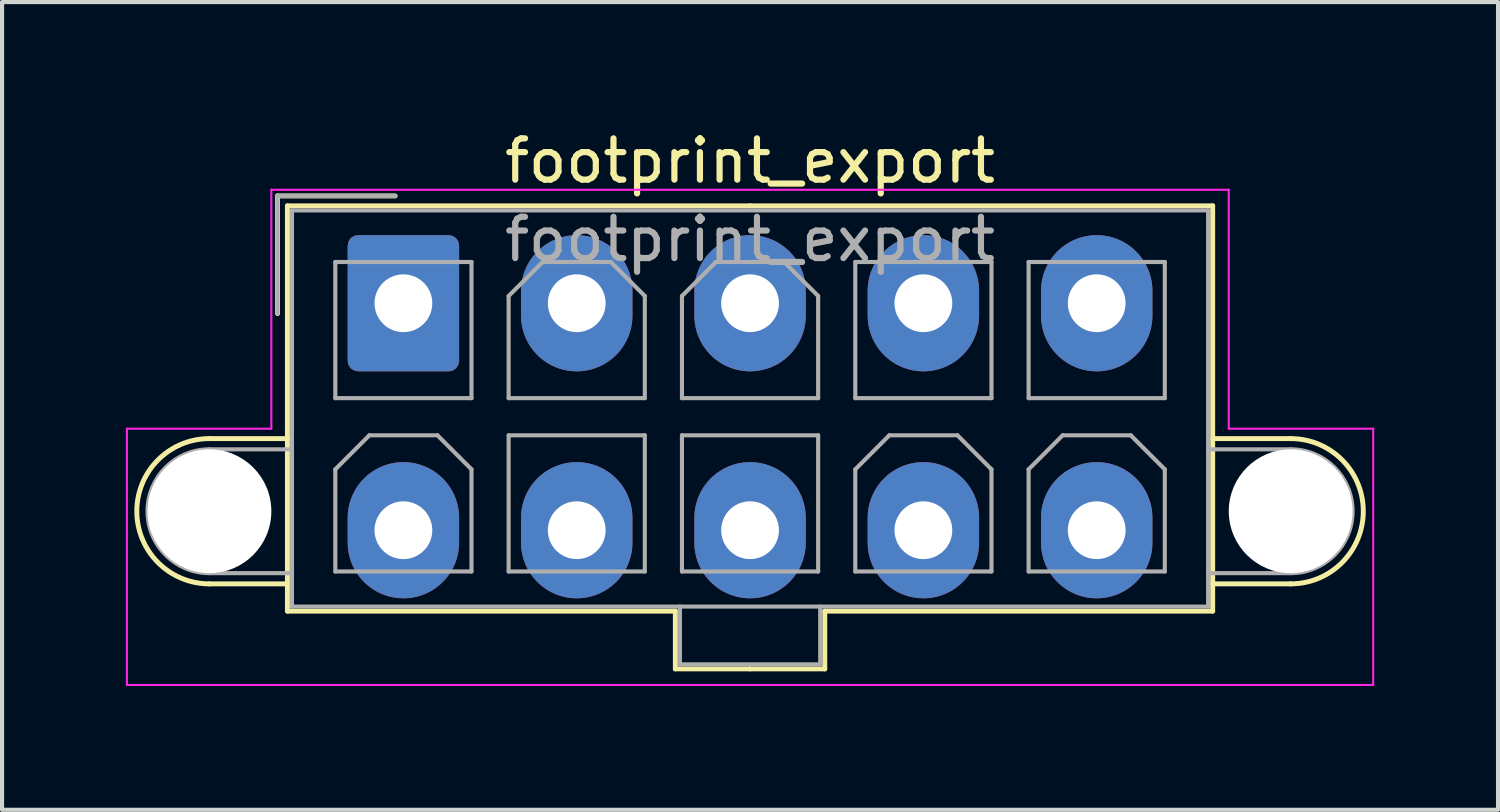
<source format=kicad_pcb>
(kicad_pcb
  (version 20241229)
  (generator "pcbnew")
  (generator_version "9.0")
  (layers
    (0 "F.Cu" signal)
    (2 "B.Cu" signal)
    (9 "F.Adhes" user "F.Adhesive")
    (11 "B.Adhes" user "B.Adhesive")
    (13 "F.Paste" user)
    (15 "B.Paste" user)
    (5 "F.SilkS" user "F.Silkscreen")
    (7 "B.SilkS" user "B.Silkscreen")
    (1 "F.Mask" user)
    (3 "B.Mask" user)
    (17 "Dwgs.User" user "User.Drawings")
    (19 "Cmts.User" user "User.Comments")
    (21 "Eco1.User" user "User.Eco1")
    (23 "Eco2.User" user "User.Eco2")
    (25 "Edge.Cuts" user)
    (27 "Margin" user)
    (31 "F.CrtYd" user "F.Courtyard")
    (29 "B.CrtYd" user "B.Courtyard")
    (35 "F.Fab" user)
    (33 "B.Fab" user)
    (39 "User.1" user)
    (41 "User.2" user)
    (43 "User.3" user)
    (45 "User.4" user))
  (footprint "footprint_export"
    (layer "F.Cu")
    (at 6.725 4.298)
    (property "Reference" "footprint_export" (at 8.4 -3.45 0) (layer "F.SilkS") (effects (font (size 1 1) (thickness 0.15))))
    (attr through_hole)
    (fp_line (start -4.7 3.28) (end -2.81 3.28) (stroke (width 0.12) (type solid)) (layer "F.SilkS"))
    (fp_line (start -4.7 6.8) (end -2.81 6.8) (stroke (width 0.12) (type solid)) (layer "F.SilkS"))
    (fp_line (start -3.05 -2.6) (end -3.05 0.25) (stroke (width 0.12) (type solid)) (layer "F.SilkS"))
    (fp_line (start -2.81 -2.36) (end -2.81 7.46) (stroke (width 0.12) (type solid)) (layer "F.SilkS"))
    (fp_line (start -2.81 7.46) (end 6.59 7.46) (stroke (width 0.12) (type solid)) (layer "F.SilkS"))
    (fp_line (start -0.2 -2.6) (end -3.05 -2.6) (stroke (width 0.12) (type solid)) (layer "F.SilkS"))
    (fp_line (start 6.59 7.46) (end 6.59 8.86) (stroke (width 0.12) (type solid)) (layer "F.SilkS"))
    (fp_line (start 6.59 8.86) (end 8.4 8.86) (stroke (width 0.12) (type solid)) (layer "F.SilkS"))
    (fp_line (start 8.4 -2.36) (end -2.81 -2.36) (stroke (width 0.12) (type solid)) (layer "F.SilkS"))
    (fp_line (start 8.4 -2.36) (end 19.61 -2.36) (stroke (width 0.12) (type solid)) (layer "F.SilkS"))
    (fp_line (start 10.21 7.46) (end 10.21 8.86) (stroke (width 0.12) (type solid)) (layer "F.SilkS"))
    (fp_line (start 10.21 8.86) (end 8.4 8.86) (stroke (width 0.12) (type solid)) (layer "F.SilkS"))
    (fp_line (start 19.61 -2.36) (end 19.61 7.46) (stroke (width 0.12) (type solid)) (layer "F.SilkS"))
    (fp_line (start 19.61 7.46) (end 10.21 7.46) (stroke (width 0.12) (type solid)) (layer "F.SilkS"))
    (fp_line (start 21.5 3.28) (end 19.61 3.28) (stroke (width 0.12) (type solid)) (layer "F.SilkS"))
    (fp_line (start 21.5 6.8) (end 19.61 6.8) (stroke (width 0.12) (type solid)) (layer "F.SilkS"))
    (fp_arc (start -4.7 6.8) (mid -6.46 5.04) (end -4.7 3.28) (stroke (width 0.12) (type solid)) (layer "F.SilkS"))
    (fp_arc (start 21.5 3.28) (mid 23.26 5.04) (end 21.5 6.8) (stroke (width 0.12) (type solid)) (layer "F.SilkS"))
    (fp_line (start -6.7 3.04) (end -6.7 9.25) (stroke (width 0.05) (type solid)) (layer "F.CrtYd"))
    (fp_line (start -6.7 9.25) (end 23.5 9.25) (stroke (width 0.05) (type solid)) (layer "F.CrtYd"))
    (fp_line (start -3.2 -2.75) (end -3.2 3.04) (stroke (width 0.05) (type solid)) (layer "F.CrtYd"))
    (fp_line (start -3.2 3.04) (end -6.7 3.04) (stroke (width 0.05) (type solid)) (layer "F.CrtYd"))
    (fp_line (start 20 -2.75) (end -3.2 -2.75) (stroke (width 0.05) (type solid)) (layer "F.CrtYd"))
    (fp_line (start 20 3.04) (end 20 -2.75) (stroke (width 0.05) (type solid)) (layer "F.CrtYd"))
    (fp_line (start 23.5 3.04) (end 20 3.04) (stroke (width 0.05) (type solid)) (layer "F.CrtYd"))
    (fp_line (start 23.5 9.25) (end 23.5 3.04) (stroke (width 0.05) (type solid)) (layer "F.CrtYd"))
    (fp_line (start -4.7 3.54) (end -2.7 3.54) (stroke (width 0.1) (type solid)) (layer "F.Fab"))
    (fp_line (start -4.7 6.54) (end -2.7 6.54) (stroke (width 0.1) (type solid)) (layer "F.Fab"))
    (fp_line (start -3.05 -2.6) (end -3.05 0.25) (stroke (width 0.1) (type solid)) (layer "F.Fab"))
    (fp_line (start -2.7 -2.25) (end -2.7 7.35) (stroke (width 0.1) (type solid)) (layer "F.Fab"))
    (fp_line (start -2.7 7.35) (end 19.5 7.35) (stroke (width 0.1) (type solid)) (layer "F.Fab"))
    (fp_line (start -1.65 -1) (end -1.65 2.3) (stroke (width 0.1) (type solid)) (layer "F.Fab"))
    (fp_line (start -1.65 2.3) (end 1.65 2.3) (stroke (width 0.1) (type solid)) (layer "F.Fab"))
    (fp_line (start -1.65 4.025) (end -0.825 3.2) (stroke (width 0.1) (type solid)) (layer "F.Fab"))
    (fp_line (start -1.65 6.5) (end -1.65 4.025) (stroke (width 0.1) (type solid)) (layer "F.Fab"))
    (fp_line (start -0.825 3.2) (end 0.825 3.2) (stroke (width 0.1) (type solid)) (layer "F.Fab"))
    (fp_line (start -0.2 -2.6) (end -3.05 -2.6) (stroke (width 0.1) (type solid)) (layer "F.Fab"))
    (fp_line (start 0.825 3.2) (end 1.65 4.025) (stroke (width 0.1) (type solid)) (layer "F.Fab"))
    (fp_line (start 1.65 -1) (end -1.65 -1) (stroke (width 0.1) (type solid)) (layer "F.Fab"))
    (fp_line (start 1.65 2.3) (end 1.65 -1) (stroke (width 0.1) (type solid)) (layer "F.Fab"))
    (fp_line (start 1.65 4.025) (end 1.65 6.5) (stroke (width 0.1) (type solid)) (layer "F.Fab"))
    (fp_line (start 1.65 6.5) (end -1.65 6.5) (stroke (width 0.1) (type solid)) (layer "F.Fab"))
    (fp_line (start 2.55 -0.175) (end 3.375 -1) (stroke (width 0.1) (type solid)) (layer "F.Fab"))
    (fp_line (start 2.55 2.3) (end 2.55 -0.175) (stroke (width 0.1) (type solid)) (layer "F.Fab"))
    (fp_line (start 2.55 3.2) (end 2.55 6.5) (stroke (width 0.1) (type solid)) (layer "F.Fab"))
    (fp_line (start 2.55 6.5) (end 5.85 6.5) (stroke (width 0.1) (type solid)) (layer "F.Fab"))
    (fp_line (start 3.375 -1) (end 5.025 -1) (stroke (width 0.1) (type solid)) (layer "F.Fab"))
    (fp_line (start 5.025 -1) (end 5.85 -0.175) (stroke (width 0.1) (type solid)) (layer "F.Fab"))
    (fp_line (start 5.85 -0.175) (end 5.85 2.3) (stroke (width 0.1) (type solid)) (layer "F.Fab"))
    (fp_line (start 5.85 2.3) (end 2.55 2.3) (stroke (width 0.1) (type solid)) (layer "F.Fab"))
    (fp_line (start 5.85 3.2) (end 2.55 3.2) (stroke (width 0.1) (type solid)) (layer "F.Fab"))
    (fp_line (start 5.85 6.5) (end 5.85 3.2) (stroke (width 0.1) (type solid)) (layer "F.Fab"))
    (fp_line (start 6.7 7.35) (end 6.7 8.75) (stroke (width 0.1) (type solid)) (layer "F.Fab"))
    (fp_line (start 6.7 8.75) (end 10.1 8.75) (stroke (width 0.1) (type solid)) (layer "F.Fab"))
    (fp_line (start 6.75 -0.175) (end 7.575 -1) (stroke (width 0.1) (type solid)) (layer "F.Fab"))
    (fp_line (start 6.75 2.3) (end 6.75 -0.175) (stroke (width 0.1) (type solid)) (layer "F.Fab"))
    (fp_line (start 6.75 3.2) (end 6.75 6.5) (stroke (width 0.1) (type solid)) (layer "F.Fab"))
    (fp_line (start 6.75 6.5) (end 10.05 6.5) (stroke (width 0.1) (type solid)) (layer "F.Fab"))
    (fp_line (start 7.575 -1) (end 9.225 -1) (stroke (width 0.1) (type solid)) (layer "F.Fab"))
    (fp_line (start 9.225 -1) (end 10.05 -0.175) (stroke (width 0.1) (type solid)) (layer "F.Fab"))
    (fp_line (start 10.05 -0.175) (end 10.05 2.3) (stroke (width 0.1) (type solid)) (layer "F.Fab"))
    (fp_line (start 10.05 2.3) (end 6.75 2.3) (stroke (width 0.1) (type solid)) (layer "F.Fab"))
    (fp_line (start 10.05 3.2) (end 6.75 3.2) (stroke (width 0.1) (type solid)) (layer "F.Fab"))
    (fp_line (start 10.05 6.5) (end 10.05 3.2) (stroke (width 0.1) (type solid)) (layer "F.Fab"))
    (fp_line (start 10.1 8.75) (end 10.1 7.35) (stroke (width 0.1) (type solid)) (layer "F.Fab"))
    (fp_line (start 10.95 -1) (end 10.95 2.3) (stroke (width 0.1) (type solid)) (layer "F.Fab"))
    (fp_line (start 10.95 2.3) (end 14.25 2.3) (stroke (width 0.1) (type solid)) (layer "F.Fab"))
    (fp_line (start 10.95 4.025) (end 11.775 3.2) (stroke (width 0.1) (type solid)) (layer "F.Fab"))
    (fp_line (start 10.95 6.5) (end 10.95 4.025) (stroke (width 0.1) (type solid)) (layer "F.Fab"))
    (fp_line (start 11.775 3.2) (end 13.425 3.2) (stroke (width 0.1) (type solid)) (layer "F.Fab"))
    (fp_line (start 13.425 3.2) (end 14.25 4.025) (stroke (width 0.1) (type solid)) (layer "F.Fab"))
    (fp_line (start 14.25 -1) (end 10.95 -1) (stroke (width 0.1) (type solid)) (layer "F.Fab"))
    (fp_line (start 14.25 2.3) (end 14.25 -1) (stroke (width 0.1) (type solid)) (layer "F.Fab"))
    (fp_line (start 14.25 4.025) (end 14.25 6.5) (stroke (width 0.1) (type solid)) (layer "F.Fab"))
    (fp_line (start 14.25 6.5) (end 10.95 6.5) (stroke (width 0.1) (type solid)) (layer "F.Fab"))
    (fp_line (start 15.15 -1) (end 15.15 2.3) (stroke (width 0.1) (type solid)) (layer "F.Fab"))
    (fp_line (start 15.15 2.3) (end 18.45 2.3) (stroke (width 0.1) (type solid)) (layer "F.Fab"))
    (fp_line (start 15.15 4.025) (end 15.975 3.2) (stroke (width 0.1) (type solid)) (layer "F.Fab"))
    (fp_line (start 15.15 6.5) (end 15.15 4.025) (stroke (width 0.1) (type solid)) (layer "F.Fab"))
    (fp_line (start 15.975 3.2) (end 17.625 3.2) (stroke (width 0.1) (type solid)) (layer "F.Fab"))
    (fp_line (start 17.625 3.2) (end 18.45 4.025) (stroke (width 0.1) (type solid)) (layer "F.Fab"))
    (fp_line (start 18.45 -1) (end 15.15 -1) (stroke (width 0.1) (type solid)) (layer "F.Fab"))
    (fp_line (start 18.45 2.3) (end 18.45 -1) (stroke (width 0.1) (type solid)) (layer "F.Fab"))
    (fp_line (start 18.45 4.025) (end 18.45 6.5) (stroke (width 0.1) (type solid)) (layer "F.Fab"))
    (fp_line (start 18.45 6.5) (end 15.15 6.5) (stroke (width 0.1) (type solid)) (layer "F.Fab"))
    (fp_line (start 19.5 -2.25) (end -2.7 -2.25) (stroke (width 0.1) (type solid)) (layer "F.Fab"))
    (fp_line (start 19.5 7.35) (end 19.5 -2.25) (stroke (width 0.1) (type solid)) (layer "F.Fab"))
    (fp_line (start 21.5 3.54) (end 19.5 3.54) (stroke (width 0.1) (type solid)) (layer "F.Fab"))
    (fp_line (start 21.5 6.54) (end 19.5 6.54) (stroke (width 0.1) (type solid)) (layer "F.Fab"))
    (fp_arc (start -4.7 6.54) (mid -6.2 5.04) (end -4.7 3.54) (stroke (width 0.1) (type solid)) (layer "F.Fab"))
    (fp_arc (start 21.5 3.54) (mid 23 5.04) (end 21.5 6.54) (stroke (width 0.1) (type solid)) (layer "F.Fab"))
    (fp_text user "${REFERENCE}" (at 8.4 -1.55 0) (layer "F.Fab") (effects (font (size 1 1) (thickness 0.15))))
    (pad "" np_thru_hole circle (at -4.7 5.04) (size 3 3) (drill 3) (layers "*.Cu" "*.Mask"))
    (pad "" np_thru_hole circle (at 21.5 5.04) (size 3 3) (drill 3) (layers "*.Cu" "*.Mask"))
    (pad "1" thru_hole roundrect (at 0 0) (size 2.7 3.3) (drill 1.4) (layers "*.Cu" "*.Mask") (roundrect_rratio 0.093))
    (pad "2" thru_hole oval (at 4.2 0) (size 2.7 3.3) (drill 1.4) (layers "*.Cu" "*.Mask"))
    (pad "3" thru_hole oval (at 8.4 0) (size 2.7 3.3) (drill 1.4) (layers "*.Cu" "*.Mask"))
    (pad "4" thru_hole oval (at 12.6 0) (size 2.7 3.3) (drill 1.4) (layers "*.Cu" "*.Mask"))
    (pad "5" thru_hole oval (at 16.8 0) (size 2.7 3.3) (drill 1.4) (layers "*.Cu" "*.Mask"))
    (pad "6" thru_hole oval (at 0 5.5) (size 2.7 3.3) (drill 1.4) (layers "*.Cu" "*.Mask"))
    (pad "7" thru_hole oval (at 4.2 5.5) (size 2.7 3.3) (drill 1.4) (layers "*.Cu" "*.Mask"))
    (pad "8" thru_hole oval (at 8.4 5.5) (size 2.7 3.3) (drill 1.4) (layers "*.Cu" "*.Mask"))
    (pad "9" thru_hole oval (at 12.6 5.5) (size 2.7 3.3) (drill 1.4) (layers "*.Cu" "*.Mask"))
    (pad "10" thru_hole oval (at 16.8 5.5) (size 2.7 3.3) (drill 1.4) (layers "*.Cu" "*.Mask")))
  (gr_rect
    (start -3 -3)
    (end 33.25 16.573)
    (stroke (width 0.1) (type default))
    (fill no)
    (layer "Edge.Cuts")))
</source>
